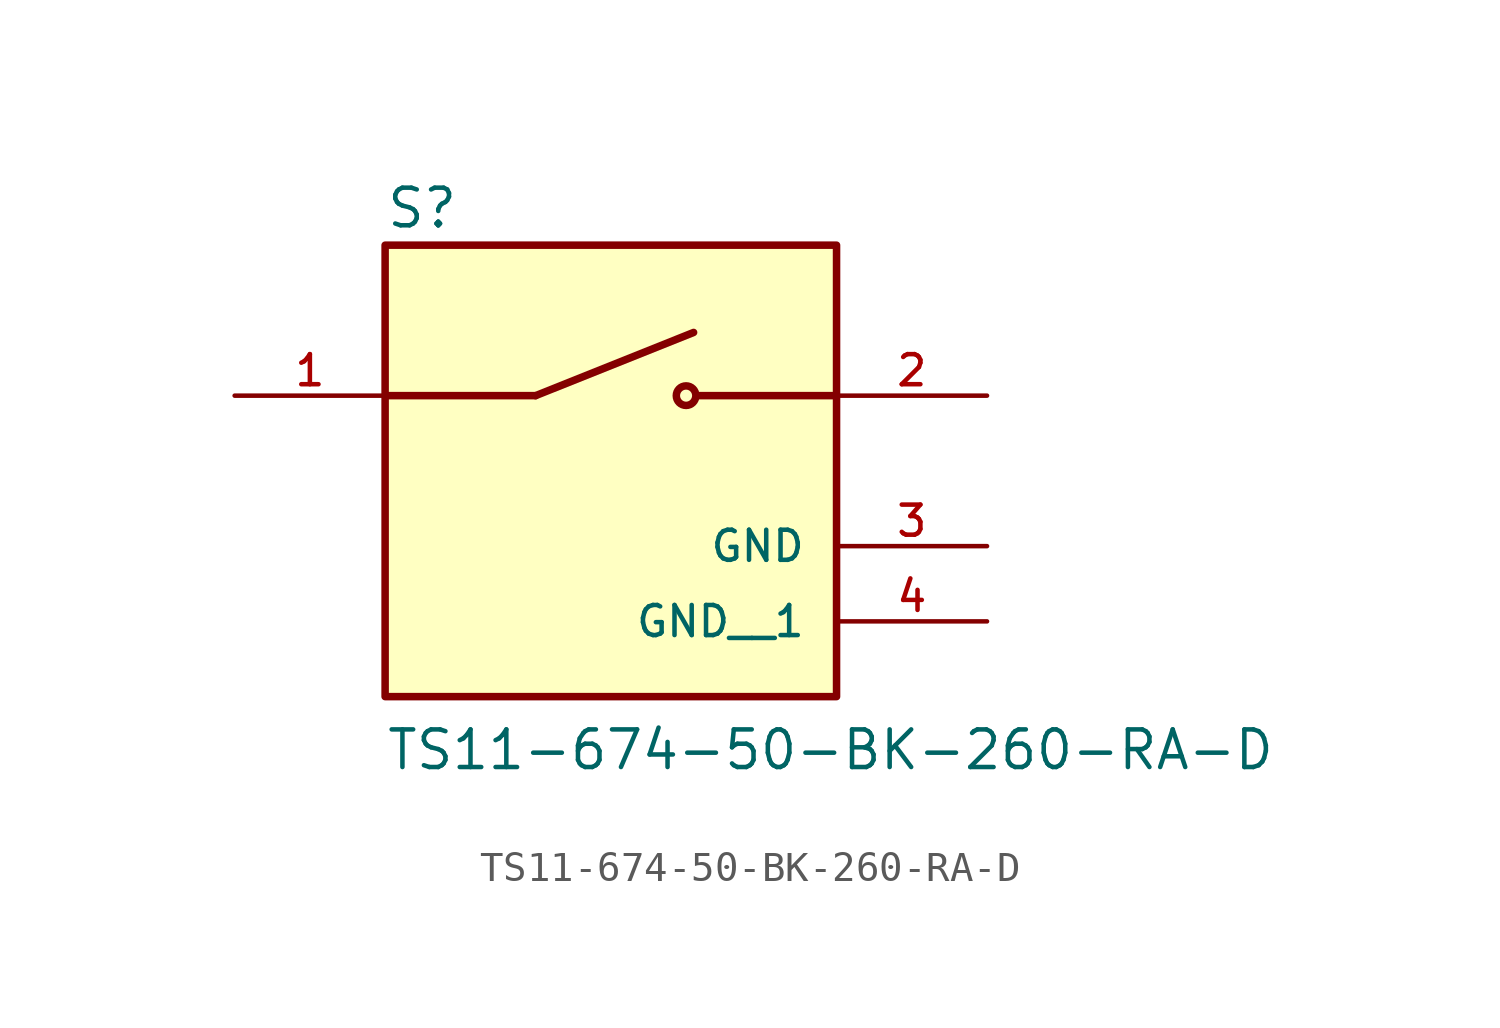
<source format=kicad_sym>
(kicad_symbol_lib
  (version 20211014)
  (generator kicad_symbol_editor)
  (symbol "TS11-674-50-BK-260-RA-D"
    (pin_names
      (offset 1.016))
    (property "Reference" "S"
      (at -7.62 8.128 0)
      (effects (font (size 1.27 1.27)) (justify bottom left)))
    (property "Value" "TS11-674-50-BK-260-RA-D"
      (at -7.62 -10.16 0)
      (effects (font (size 1.27 1.27)) (justify bottom left)))
    (symbol "TS11-674-50-BK-260-RA-D_0_0"
      (polyline (pts (xy -2.54 2.54) (xy 2.794 4.674)) (stroke (width 0.254)))
      (circle (center 2.54 2.54) (radius 0.33) (stroke (width 0.254)) (fill (type none)))
      (polyline (pts (xy 7.62 2.54) (xy 2.921 2.54)) (stroke (width 0.254)))
      (polyline (pts (xy -2.54 2.54) (xy -7.62 2.54)) (stroke (width 0.254)))
      (rectangle (start -7.62 -7.62) (end 7.62 7.62) (stroke (width 0.254)) (fill (type background)))
      (pin passive line (at -12.7 2.54 0) (length 5.08) (name "~" (effects (font (size 1.016 1.016)))) (number "1" (effects (font (size 1.016 1.016)))))
      (pin passive line (at 12.7 2.54 180.0) (length 5.08) (name "~" (effects (font (size 1.016 1.016)))) (number "2" (effects (font (size 1.016 1.016)))))
      (pin power_in line (at 12.7 -2.54 180.0) (length 5.08) (name "GND" (effects (font (size 1.016 1.016)))) (number "3" (effects (font (size 1.016 1.016)))))
      (pin power_in line (at 12.7 -5.08 180.0) (length 5.08) (name "GND__1" (effects (font (size 1.016 1.016)))) (number "4" (effects (font (size 1.016 1.016))))))))
</source>
